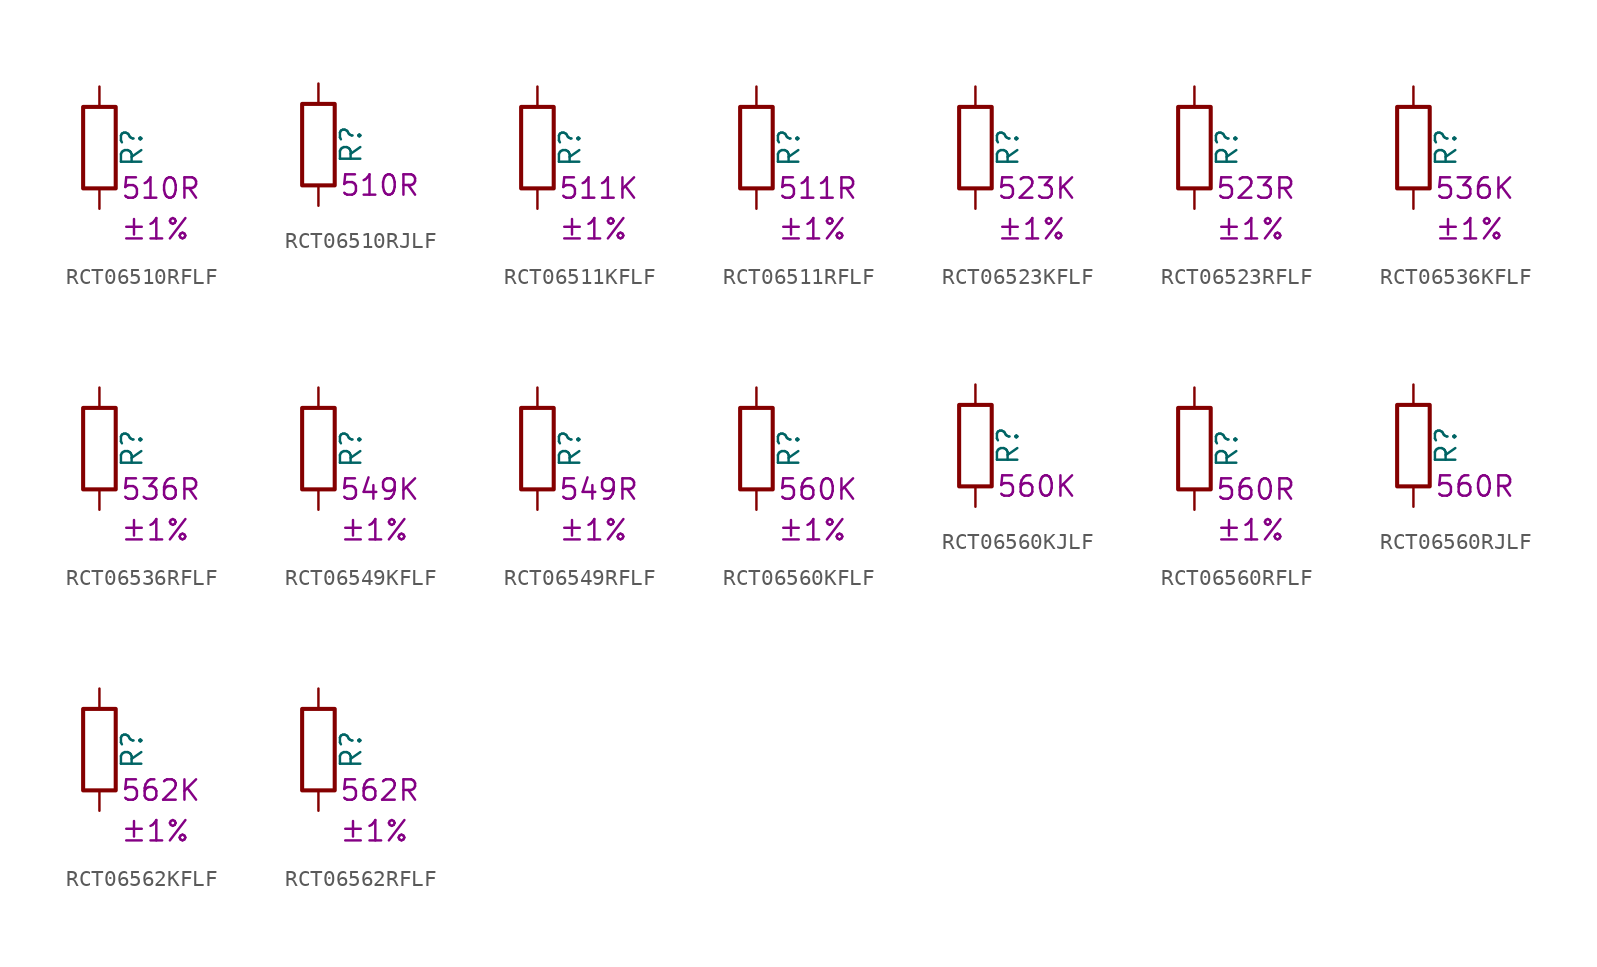
<source format=kicad_sym>
(kicad_symbol_lib
  (version 20220914)
  (generator kicad_symbol_editor)
  (symbol "RCT06510RFLF"
    (pin_numbers hide)
    (pin_names
      (offset 0))
    (property "Reference" "R"
      (at 2.032 0 90)
      (effects (font (size 1.27 1.27))))
    (property "Resistance" "510R"
      (at 1.27 -2.54 0)
      (effects (font (size 1.27 1.27)) (justify left)))
    (property "Tolerance" "±1%"
      (at 1.27 -5.08 0)
      (effects (font (size 1.27 1.27)) (justify left)))
    (symbol "RCT06510RFLF_0_1"
      (rectangle (start -1.016 -2.54) (end 1.016 2.54) (stroke (width 0.254) (type default)) (fill (type none))))
    (symbol "RCT06510RFLF_1_1"
      (pin passive line (at 0 3.81 270) (length 1.27) (name "~" (effects (font (size 1.27 1.27)))) (number "1" (effects (font (size 1.27 1.27)))))
      (pin passive line (at 0 -3.81 90) (length 1.27) (name "~" (effects (font (size 1.27 1.27)))) (number "2" (effects (font (size 1.27 1.27)))))))
  (symbol "RCT06510RJLF"
    (pin_numbers hide)
    (pin_names
      (offset 0))
    (property "Reference" "R"
      (at 2.032 0 90)
      (effects (font (size 1.27 1.27))))
    (property "Resistance" "510R"
      (at 1.27 -2.54 0)
      (effects (font (size 1.27 1.27)) (justify left)))
    (symbol "RCT06510RJLF_0_1"
      (rectangle (start -1.016 -2.54) (end 1.016 2.54) (stroke (width 0.254) (type default)) (fill (type none))))
    (symbol "RCT06510RJLF_1_1"
      (pin passive line (at 0 3.81 270) (length 1.27) (name "~" (effects (font (size 1.27 1.27)))) (number "1" (effects (font (size 1.27 1.27)))))
      (pin passive line (at 0 -3.81 90) (length 1.27) (name "~" (effects (font (size 1.27 1.27)))) (number "2" (effects (font (size 1.27 1.27)))))))
  (symbol "RCT06511KFLF"
    (pin_numbers hide)
    (pin_names
      (offset 0))
    (property "Reference" "R"
      (at 2.032 0 90)
      (effects (font (size 1.27 1.27))))
    (property "Resistance" "511K"
      (at 1.27 -2.54 0)
      (effects (font (size 1.27 1.27)) (justify left)))
    (property "Tolerance" "±1%"
      (at 1.27 -5.08 0)
      (effects (font (size 1.27 1.27)) (justify left)))
    (symbol "RCT06511KFLF_0_1"
      (rectangle (start -1.016 -2.54) (end 1.016 2.54) (stroke (width 0.254) (type default)) (fill (type none))))
    (symbol "RCT06511KFLF_1_1"
      (pin passive line (at 0 3.81 270) (length 1.27) (name "~" (effects (font (size 1.27 1.27)))) (number "1" (effects (font (size 1.27 1.27)))))
      (pin passive line (at 0 -3.81 90) (length 1.27) (name "~" (effects (font (size 1.27 1.27)))) (number "2" (effects (font (size 1.27 1.27)))))))
  (symbol "RCT06511RFLF"
    (pin_numbers hide)
    (pin_names
      (offset 0))
    (property "Reference" "R"
      (at 2.032 0 90)
      (effects (font (size 1.27 1.27))))
    (property "Resistance" "511R"
      (at 1.27 -2.54 0)
      (effects (font (size 1.27 1.27)) (justify left)))
    (property "Tolerance" "±1%"
      (at 1.27 -5.08 0)
      (effects (font (size 1.27 1.27)) (justify left)))
    (symbol "RCT06511RFLF_0_1"
      (rectangle (start -1.016 -2.54) (end 1.016 2.54) (stroke (width 0.254) (type default)) (fill (type none))))
    (symbol "RCT06511RFLF_1_1"
      (pin passive line (at 0 3.81 270) (length 1.27) (name "~" (effects (font (size 1.27 1.27)))) (number "1" (effects (font (size 1.27 1.27)))))
      (pin passive line (at 0 -3.81 90) (length 1.27) (name "~" (effects (font (size 1.27 1.27)))) (number "2" (effects (font (size 1.27 1.27)))))))
  (symbol "RCT06523KFLF"
    (pin_numbers hide)
    (pin_names
      (offset 0))
    (property "Reference" "R"
      (at 2.032 0 90)
      (effects (font (size 1.27 1.27))))
    (property "Resistance" "523K"
      (at 1.27 -2.54 0)
      (effects (font (size 1.27 1.27)) (justify left)))
    (property "Tolerance" "±1%"
      (at 1.27 -5.08 0)
      (effects (font (size 1.27 1.27)) (justify left)))
    (symbol "RCT06523KFLF_0_1"
      (rectangle (start -1.016 -2.54) (end 1.016 2.54) (stroke (width 0.254) (type default)) (fill (type none))))
    (symbol "RCT06523KFLF_1_1"
      (pin passive line (at 0 3.81 270) (length 1.27) (name "~" (effects (font (size 1.27 1.27)))) (number "1" (effects (font (size 1.27 1.27)))))
      (pin passive line (at 0 -3.81 90) (length 1.27) (name "~" (effects (font (size 1.27 1.27)))) (number "2" (effects (font (size 1.27 1.27)))))))
  (symbol "RCT06523RFLF"
    (pin_numbers hide)
    (pin_names
      (offset 0))
    (property "Reference" "R"
      (at 2.032 0 90)
      (effects (font (size 1.27 1.27))))
    (property "Resistance" "523R"
      (at 1.27 -2.54 0)
      (effects (font (size 1.27 1.27)) (justify left)))
    (property "Tolerance" "±1%"
      (at 1.27 -5.08 0)
      (effects (font (size 1.27 1.27)) (justify left)))
    (symbol "RCT06523RFLF_0_1"
      (rectangle (start -1.016 -2.54) (end 1.016 2.54) (stroke (width 0.254) (type default)) (fill (type none))))
    (symbol "RCT06523RFLF_1_1"
      (pin passive line (at 0 3.81 270) (length 1.27) (name "~" (effects (font (size 1.27 1.27)))) (number "1" (effects (font (size 1.27 1.27)))))
      (pin passive line (at 0 -3.81 90) (length 1.27) (name "~" (effects (font (size 1.27 1.27)))) (number "2" (effects (font (size 1.27 1.27)))))))
  (symbol "RCT06536KFLF"
    (pin_numbers hide)
    (pin_names
      (offset 0))
    (property "Reference" "R"
      (at 2.032 0 90)
      (effects (font (size 1.27 1.27))))
    (property "Resistance" "536K"
      (at 1.27 -2.54 0)
      (effects (font (size 1.27 1.27)) (justify left)))
    (property "Tolerance" "±1%"
      (at 1.27 -5.08 0)
      (effects (font (size 1.27 1.27)) (justify left)))
    (symbol "RCT06536KFLF_0_1"
      (rectangle (start -1.016 -2.54) (end 1.016 2.54) (stroke (width 0.254) (type default)) (fill (type none))))
    (symbol "RCT06536KFLF_1_1"
      (pin passive line (at 0 3.81 270) (length 1.27) (name "~" (effects (font (size 1.27 1.27)))) (number "1" (effects (font (size 1.27 1.27)))))
      (pin passive line (at 0 -3.81 90) (length 1.27) (name "~" (effects (font (size 1.27 1.27)))) (number "2" (effects (font (size 1.27 1.27)))))))
  (symbol "RCT06536RFLF"
    (pin_numbers hide)
    (pin_names
      (offset 0))
    (property "Reference" "R"
      (at 2.032 0 90)
      (effects (font (size 1.27 1.27))))
    (property "Resistance" "536R"
      (at 1.27 -2.54 0)
      (effects (font (size 1.27 1.27)) (justify left)))
    (property "Tolerance" "±1%"
      (at 1.27 -5.08 0)
      (effects (font (size 1.27 1.27)) (justify left)))
    (symbol "RCT06536RFLF_0_1"
      (rectangle (start -1.016 -2.54) (end 1.016 2.54) (stroke (width 0.254) (type default)) (fill (type none))))
    (symbol "RCT06536RFLF_1_1"
      (pin passive line (at 0 3.81 270) (length 1.27) (name "~" (effects (font (size 1.27 1.27)))) (number "1" (effects (font (size 1.27 1.27)))))
      (pin passive line (at 0 -3.81 90) (length 1.27) (name "~" (effects (font (size 1.27 1.27)))) (number "2" (effects (font (size 1.27 1.27)))))))
  (symbol "RCT06549KFLF"
    (pin_numbers hide)
    (pin_names
      (offset 0))
    (property "Reference" "R"
      (at 2.032 0 90)
      (effects (font (size 1.27 1.27))))
    (property "Resistance" "549K"
      (at 1.27 -2.54 0)
      (effects (font (size 1.27 1.27)) (justify left)))
    (property "Tolerance" "±1%"
      (at 1.27 -5.08 0)
      (effects (font (size 1.27 1.27)) (justify left)))
    (symbol "RCT06549KFLF_0_1"
      (rectangle (start -1.016 -2.54) (end 1.016 2.54) (stroke (width 0.254) (type default)) (fill (type none))))
    (symbol "RCT06549KFLF_1_1"
      (pin passive line (at 0 3.81 270) (length 1.27) (name "~" (effects (font (size 1.27 1.27)))) (number "1" (effects (font (size 1.27 1.27)))))
      (pin passive line (at 0 -3.81 90) (length 1.27) (name "~" (effects (font (size 1.27 1.27)))) (number "2" (effects (font (size 1.27 1.27)))))))
  (symbol "RCT06549RFLF"
    (pin_numbers hide)
    (pin_names
      (offset 0))
    (property "Reference" "R"
      (at 2.032 0 90)
      (effects (font (size 1.27 1.27))))
    (property "Resistance" "549R"
      (at 1.27 -2.54 0)
      (effects (font (size 1.27 1.27)) (justify left)))
    (property "Tolerance" "±1%"
      (at 1.27 -5.08 0)
      (effects (font (size 1.27 1.27)) (justify left)))
    (symbol "RCT06549RFLF_0_1"
      (rectangle (start -1.016 -2.54) (end 1.016 2.54) (stroke (width 0.254) (type default)) (fill (type none))))
    (symbol "RCT06549RFLF_1_1"
      (pin passive line (at 0 3.81 270) (length 1.27) (name "~" (effects (font (size 1.27 1.27)))) (number "1" (effects (font (size 1.27 1.27)))))
      (pin passive line (at 0 -3.81 90) (length 1.27) (name "~" (effects (font (size 1.27 1.27)))) (number "2" (effects (font (size 1.27 1.27)))))))
  (symbol "RCT06560KFLF"
    (pin_numbers hide)
    (pin_names
      (offset 0))
    (property "Reference" "R"
      (at 2.032 0 90)
      (effects (font (size 1.27 1.27))))
    (property "Resistance" "560K"
      (at 1.27 -2.54 0)
      (effects (font (size 1.27 1.27)) (justify left)))
    (property "Tolerance" "±1%"
      (at 1.27 -5.08 0)
      (effects (font (size 1.27 1.27)) (justify left)))
    (symbol "RCT06560KFLF_0_1"
      (rectangle (start -1.016 -2.54) (end 1.016 2.54) (stroke (width 0.254) (type default)) (fill (type none))))
    (symbol "RCT06560KFLF_1_1"
      (pin passive line (at 0 3.81 270) (length 1.27) (name "~" (effects (font (size 1.27 1.27)))) (number "1" (effects (font (size 1.27 1.27)))))
      (pin passive line (at 0 -3.81 90) (length 1.27) (name "~" (effects (font (size 1.27 1.27)))) (number "2" (effects (font (size 1.27 1.27)))))))
  (symbol "RCT06560KJLF"
    (pin_numbers hide)
    (pin_names
      (offset 0))
    (property "Reference" "R"
      (at 2.032 0 90)
      (effects (font (size 1.27 1.27))))
    (property "Resistance" "560K"
      (at 1.27 -2.54 0)
      (effects (font (size 1.27 1.27)) (justify left)))
    (symbol "RCT06560KJLF_0_1"
      (rectangle (start -1.016 -2.54) (end 1.016 2.54) (stroke (width 0.254) (type default)) (fill (type none))))
    (symbol "RCT06560KJLF_1_1"
      (pin passive line (at 0 3.81 270) (length 1.27) (name "~" (effects (font (size 1.27 1.27)))) (number "1" (effects (font (size 1.27 1.27)))))
      (pin passive line (at 0 -3.81 90) (length 1.27) (name "~" (effects (font (size 1.27 1.27)))) (number "2" (effects (font (size 1.27 1.27)))))))
  (symbol "RCT06560RFLF"
    (pin_numbers hide)
    (pin_names
      (offset 0))
    (property "Reference" "R"
      (at 2.032 0 90)
      (effects (font (size 1.27 1.27))))
    (property "Resistance" "560R"
      (at 1.27 -2.54 0)
      (effects (font (size 1.27 1.27)) (justify left)))
    (property "Tolerance" "±1%"
      (at 1.27 -5.08 0)
      (effects (font (size 1.27 1.27)) (justify left)))
    (symbol "RCT06560RFLF_0_1"
      (rectangle (start -1.016 -2.54) (end 1.016 2.54) (stroke (width 0.254) (type default)) (fill (type none))))
    (symbol "RCT06560RFLF_1_1"
      (pin passive line (at 0 3.81 270) (length 1.27) (name "~" (effects (font (size 1.27 1.27)))) (number "1" (effects (font (size 1.27 1.27)))))
      (pin passive line (at 0 -3.81 90) (length 1.27) (name "~" (effects (font (size 1.27 1.27)))) (number "2" (effects (font (size 1.27 1.27)))))))
  (symbol "RCT06560RJLF"
    (pin_numbers hide)
    (pin_names
      (offset 0))
    (property "Reference" "R"
      (at 2.032 0 90)
      (effects (font (size 1.27 1.27))))
    (property "Resistance" "560R"
      (at 1.27 -2.54 0)
      (effects (font (size 1.27 1.27)) (justify left)))
    (symbol "RCT06560RJLF_0_1"
      (rectangle (start -1.016 -2.54) (end 1.016 2.54) (stroke (width 0.254) (type default)) (fill (type none))))
    (symbol "RCT06560RJLF_1_1"
      (pin passive line (at 0 3.81 270) (length 1.27) (name "~" (effects (font (size 1.27 1.27)))) (number "1" (effects (font (size 1.27 1.27)))))
      (pin passive line (at 0 -3.81 90) (length 1.27) (name "~" (effects (font (size 1.27 1.27)))) (number "2" (effects (font (size 1.27 1.27)))))))
  (symbol "RCT06562KFLF"
    (pin_numbers hide)
    (pin_names
      (offset 0))
    (property "Reference" "R"
      (at 2.032 0 90)
      (effects (font (size 1.27 1.27))))
    (property "Resistance" "562K"
      (at 1.27 -2.54 0)
      (effects (font (size 1.27 1.27)) (justify left)))
    (property "Tolerance" "±1%"
      (at 1.27 -5.08 0)
      (effects (font (size 1.27 1.27)) (justify left)))
    (symbol "RCT06562KFLF_0_1"
      (rectangle (start -1.016 -2.54) (end 1.016 2.54) (stroke (width 0.254) (type default)) (fill (type none))))
    (symbol "RCT06562KFLF_1_1"
      (pin passive line (at 0 3.81 270) (length 1.27) (name "~" (effects (font (size 1.27 1.27)))) (number "1" (effects (font (size 1.27 1.27)))))
      (pin passive line (at 0 -3.81 90) (length 1.27) (name "~" (effects (font (size 1.27 1.27)))) (number "2" (effects (font (size 1.27 1.27)))))))
  (symbol "RCT06562RFLF"
    (pin_numbers hide)
    (pin_names
      (offset 0))
    (property "Reference" "R"
      (at 2.032 0 90)
      (effects (font (size 1.27 1.27))))
    (property "Resistance" "562R"
      (at 1.27 -2.54 0)
      (effects (font (size 1.27 1.27)) (justify left)))
    (property "Tolerance" "±1%"
      (at 1.27 -5.08 0)
      (effects (font (size 1.27 1.27)) (justify left)))
    (symbol "RCT06562RFLF_0_1"
      (rectangle (start -1.016 -2.54) (end 1.016 2.54) (stroke (width 0.254) (type default)) (fill (type none))))
    (symbol "RCT06562RFLF_1_1"
      (pin passive line (at 0 3.81 270) (length 1.27) (name "~" (effects (font (size 1.27 1.27)))) (number "1" (effects (font (size 1.27 1.27)))))
      (pin passive line (at 0 -3.81 90) (length 1.27) (name "~" (effects (font (size 1.27 1.27)))) (number "2" (effects (font (size 1.27 1.27))))))))
</source>
